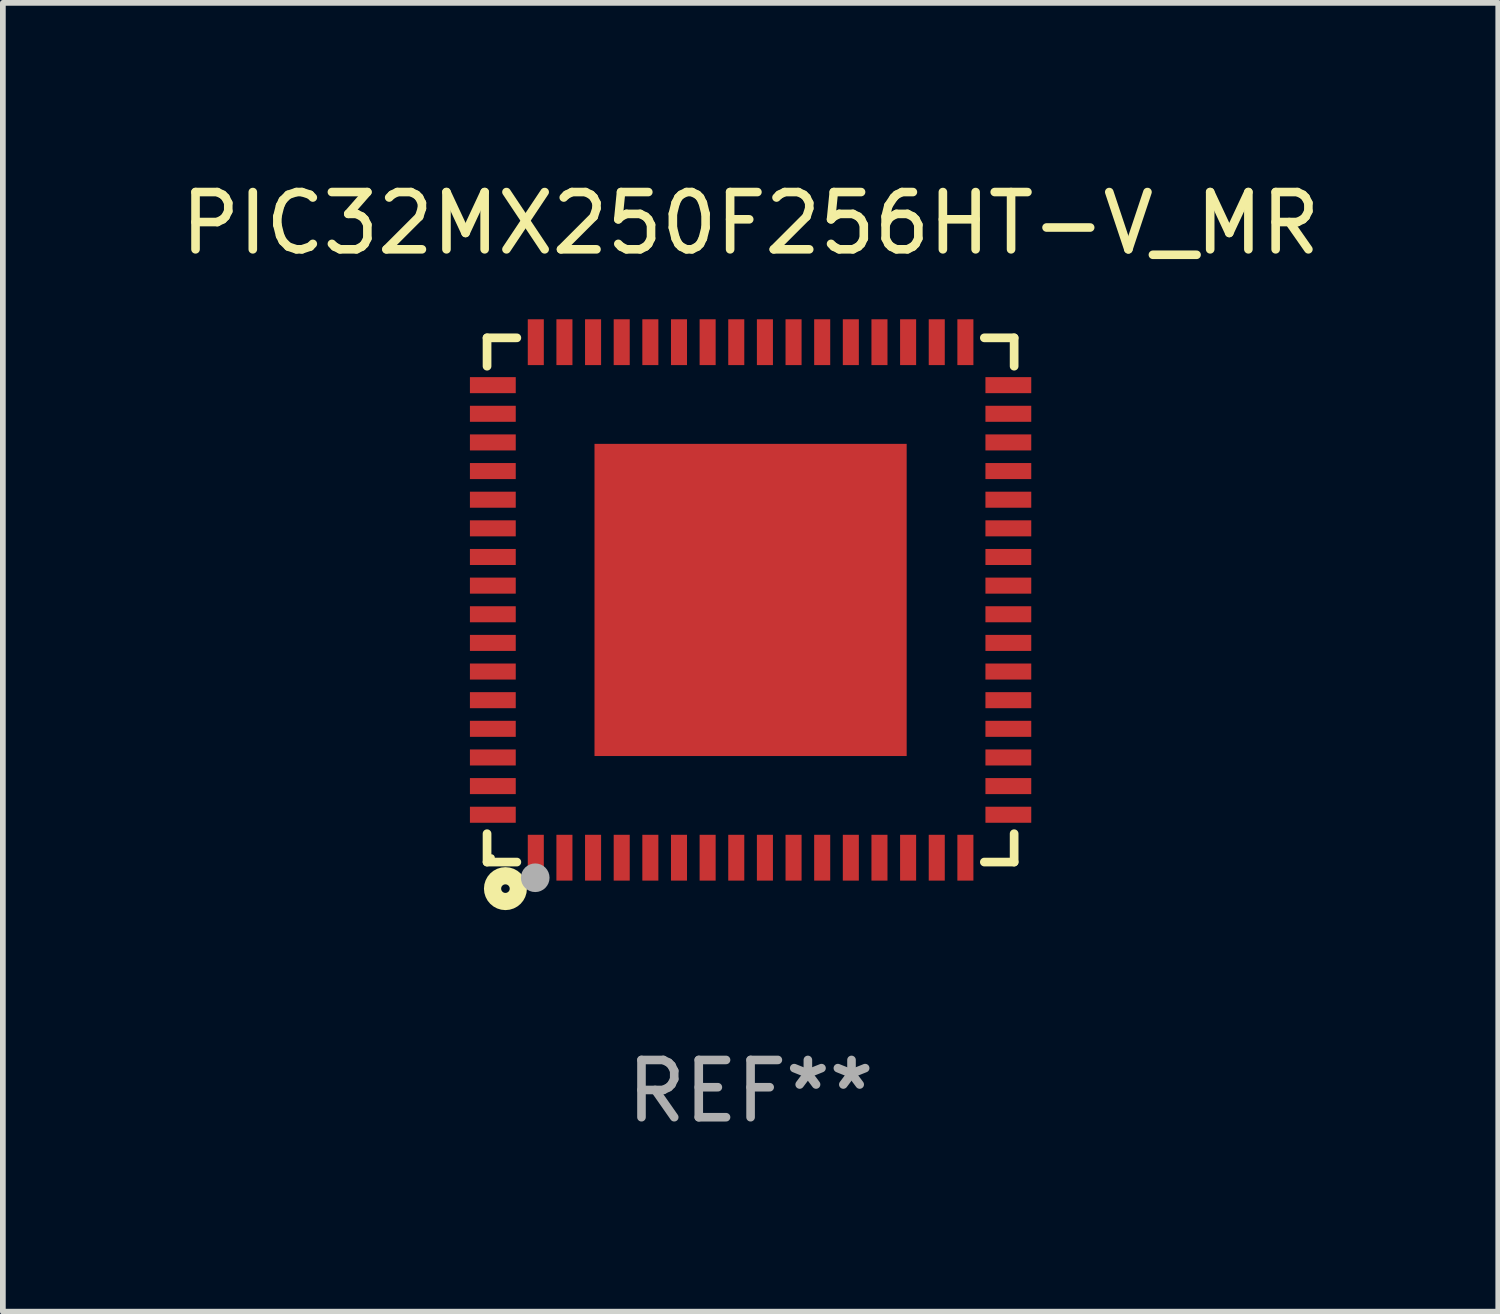
<source format=kicad_pcb>
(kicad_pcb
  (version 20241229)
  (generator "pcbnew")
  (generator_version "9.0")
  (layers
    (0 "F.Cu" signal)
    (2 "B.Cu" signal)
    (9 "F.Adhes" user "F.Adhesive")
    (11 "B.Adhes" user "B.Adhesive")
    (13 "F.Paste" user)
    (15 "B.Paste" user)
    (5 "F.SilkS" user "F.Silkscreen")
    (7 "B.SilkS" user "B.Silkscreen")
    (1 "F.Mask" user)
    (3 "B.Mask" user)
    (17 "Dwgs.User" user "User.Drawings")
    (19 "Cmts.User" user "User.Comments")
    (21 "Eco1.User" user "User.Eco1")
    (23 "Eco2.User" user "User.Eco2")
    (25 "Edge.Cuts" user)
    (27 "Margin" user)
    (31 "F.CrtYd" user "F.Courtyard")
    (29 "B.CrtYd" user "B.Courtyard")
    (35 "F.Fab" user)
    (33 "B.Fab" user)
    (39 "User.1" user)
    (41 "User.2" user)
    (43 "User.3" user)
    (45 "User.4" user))
  (footprint "PIC32MX250F256HT-V_MR"
    (layer "F.Cu")
    (at 10.054 7.424)
    (property "Reference" "PIC32MX250F256HT-V_MR" (at 0 -6.576 0) (layer "F.SilkS") (effects (font (size 1 1) (thickness 0.15))))
    (attr through_hole)
    (fp_line (start -4.601 -4.576) (end -4.081 -4.576) (stroke (width 0.152) (type solid)) (layer "F.SilkS"))
    (fp_line (start -4.601 -4.081) (end -4.601 -4.576) (stroke (width 0.152) (type solid)) (layer "F.SilkS"))
    (fp_line (start -4.601 4.081) (end -4.601 4.576) (stroke (width 0.152) (type solid)) (layer "F.SilkS"))
    (fp_line (start -4.601 4.576) (end -4.081 4.576) (stroke (width 0.152) (type solid)) (layer "F.SilkS"))
    (fp_line (start 4.601 -4.576) (end 4.081 -4.576) (stroke (width 0.152) (type solid)) (layer "F.SilkS"))
    (fp_line (start 4.601 -4.081) (end 4.601 -4.576) (stroke (width 0.152) (type solid)) (layer "F.SilkS"))
    (fp_line (start 4.601 4.081) (end 4.601 4.576) (stroke (width 0.152) (type solid)) (layer "F.SilkS"))
    (fp_line (start 4.601 4.576) (end 4.081 4.576) (stroke (width 0.152) (type solid)) (layer "F.SilkS"))
    (fp_circle (center -4.525 4.5) (end -4.495 4.5) (stroke (width 0.06) (type solid)) (fill no) (layer "F.SilkS"))
    (fp_circle (center -4.28 5.04) (end -4.205 5.04) (stroke (width 0.3) (type solid)) (fill no) (layer "F.SilkS"))
    (fp_circle (center -3.76 4.85) (end -3.635 4.85) (stroke (width 0.25) (type solid)) (fill no) (layer "F.Fab"))
    (fp_text user "REF**" (at 0 8.576 0) (layer "F.Fab") (effects (font (size 1 1) (thickness 0.15))))
    (pad "1" smd rect (at -3.75 4.5) (size 0.28 0.8) (layers "F.Cu" "F.Mask" "F.Paste"))
    (pad "2" smd rect (at -3.25 4.5) (size 0.28 0.8) (layers "F.Cu" "F.Mask" "F.Paste"))
    (pad "3" smd rect (at -2.75 4.5) (size 0.28 0.8) (layers "F.Cu" "F.Mask" "F.Paste"))
    (pad "4" smd rect (at -2.25 4.5) (size 0.28 0.8) (layers "F.Cu" "F.Mask" "F.Paste"))
    (pad "5" smd rect (at -1.75 4.5) (size 0.28 0.8) (layers "F.Cu" "F.Mask" "F.Paste"))
    (pad "6" smd rect (at -1.25 4.5) (size 0.28 0.8) (layers "F.Cu" "F.Mask" "F.Paste"))
    (pad "7" smd rect (at -0.75 4.5) (size 0.28 0.8) (layers "F.Cu" "F.Mask" "F.Paste"))
    (pad "8" smd rect (at -0.25 4.5) (size 0.28 0.8) (layers "F.Cu" "F.Mask" "F.Paste"))
    (pad "9" smd rect (at 0.25 4.5) (size 0.28 0.8) (layers "F.Cu" "F.Mask" "F.Paste"))
    (pad "10" smd rect (at 0.75 4.5) (size 0.28 0.8) (layers "F.Cu" "F.Mask" "F.Paste"))
    (pad "11" smd rect (at 1.25 4.5) (size 0.28 0.8) (layers "F.Cu" "F.Mask" "F.Paste"))
    (pad "12" smd rect (at 1.75 4.5) (size 0.28 0.8) (layers "F.Cu" "F.Mask" "F.Paste"))
    (pad "13" smd rect (at 2.25 4.5) (size 0.28 0.8) (layers "F.Cu" "F.Mask" "F.Paste"))
    (pad "14" smd rect (at 2.75 4.5) (size 0.28 0.8) (layers "F.Cu" "F.Mask" "F.Paste"))
    (pad "15" smd rect (at 3.25 4.5) (size 0.28 0.8) (layers "F.Cu" "F.Mask" "F.Paste"))
    (pad "16" smd rect (at 3.75 4.5) (size 0.28 0.8) (layers "F.Cu" "F.Mask" "F.Paste"))
    (pad "17" smd rect (at 4.5 3.75) (size 0.8 0.28) (layers "F.Cu" "F.Mask" "F.Paste"))
    (pad "18" smd rect (at 4.5 3.25) (size 0.8 0.28) (layers "F.Cu" "F.Mask" "F.Paste"))
    (pad "19" smd rect (at 4.5 2.75) (size 0.8 0.28) (layers "F.Cu" "F.Mask" "F.Paste"))
    (pad "20" smd rect (at 4.5 2.25) (size 0.8 0.28) (layers "F.Cu" "F.Mask" "F.Paste"))
    (pad "21" smd rect (at 4.5 1.75) (size 0.8 0.28) (layers "F.Cu" "F.Mask" "F.Paste"))
    (pad "22" smd rect (at 4.5 1.25) (size 0.8 0.28) (layers "F.Cu" "F.Mask" "F.Paste"))
    (pad "23" smd rect (at 4.5 0.75) (size 0.8 0.28) (layers "F.Cu" "F.Mask" "F.Paste"))
    (pad "24" smd rect (at 4.5 0.25) (size 0.8 0.28) (layers "F.Cu" "F.Mask" "F.Paste"))
    (pad "25" smd rect (at 4.5 -0.25) (size 0.8 0.28) (layers "F.Cu" "F.Mask" "F.Paste"))
    (pad "26" smd rect (at 4.5 -0.75) (size 0.8 0.28) (layers "F.Cu" "F.Mask" "F.Paste"))
    (pad "27" smd rect (at 4.5 -1.25) (size 0.8 0.28) (layers "F.Cu" "F.Mask" "F.Paste"))
    (pad "28" smd rect (at 4.5 -1.75) (size 0.8 0.28) (layers "F.Cu" "F.Mask" "F.Paste"))
    (pad "29" smd rect (at 4.5 -2.25) (size 0.8 0.28) (layers "F.Cu" "F.Mask" "F.Paste"))
    (pad "30" smd rect (at 4.5 -2.75) (size 0.8 0.28) (layers "F.Cu" "F.Mask" "F.Paste"))
    (pad "31" smd rect (at 4.5 -3.25) (size 0.8 0.28) (layers "F.Cu" "F.Mask" "F.Paste"))
    (pad "32" smd rect (at 4.5 -3.75) (size 0.8 0.28) (layers "F.Cu" "F.Mask" "F.Paste"))
    (pad "33" smd rect (at 3.75 -4.5) (size 0.28 0.8) (layers "F.Cu" "F.Mask" "F.Paste"))
    (pad "34" smd rect (at 3.25 -4.5) (size 0.28 0.8) (layers "F.Cu" "F.Mask" "F.Paste"))
    (pad "35" smd rect (at 2.75 -4.5) (size 0.28 0.8) (layers "F.Cu" "F.Mask" "F.Paste"))
    (pad "36" smd rect (at 2.25 -4.5) (size 0.28 0.8) (layers "F.Cu" "F.Mask" "F.Paste"))
    (pad "37" smd rect (at 1.75 -4.5) (size 0.28 0.8) (layers "F.Cu" "F.Mask" "F.Paste"))
    (pad "38" smd rect (at 1.25 -4.5) (size 0.28 0.8) (layers "F.Cu" "F.Mask" "F.Paste"))
    (pad "39" smd rect (at 0.75 -4.5) (size 0.28 0.8) (layers "F.Cu" "F.Mask" "F.Paste"))
    (pad "40" smd rect (at 0.25 -4.5) (size 0.28 0.8) (layers "F.Cu" "F.Mask" "F.Paste"))
    (pad "41" smd rect (at -0.25 -4.5) (size 0.28 0.8) (layers "F.Cu" "F.Mask" "F.Paste"))
    (pad "42" smd rect (at -0.75 -4.5) (size 0.28 0.8) (layers "F.Cu" "F.Mask" "F.Paste"))
    (pad "43" smd rect (at -1.25 -4.5) (size 0.28 0.8) (layers "F.Cu" "F.Mask" "F.Paste"))
    (pad "44" smd rect (at -1.75 -4.5) (size 0.28 0.8) (layers "F.Cu" "F.Mask" "F.Paste"))
    (pad "45" smd rect (at -2.25 -4.5) (size 0.28 0.8) (layers "F.Cu" "F.Mask" "F.Paste"))
    (pad "46" smd rect (at -2.75 -4.5) (size 0.28 0.8) (layers "F.Cu" "F.Mask" "F.Paste"))
    (pad "47" smd rect (at -3.25 -4.5) (size 0.28 0.8) (layers "F.Cu" "F.Mask" "F.Paste"))
    (pad "48" smd rect (at -3.75 -4.5) (size 0.28 0.8) (layers "F.Cu" "F.Mask" "F.Paste"))
    (pad "49" smd rect (at -4.5 -3.75) (size 0.8 0.28) (layers "F.Cu" "F.Mask" "F.Paste"))
    (pad "50" smd rect (at -4.5 -3.25) (size 0.8 0.28) (layers "F.Cu" "F.Mask" "F.Paste"))
    (pad "51" smd rect (at -4.5 -2.75) (size 0.8 0.28) (layers "F.Cu" "F.Mask" "F.Paste"))
    (pad "52" smd rect (at -4.5 -2.25) (size 0.8 0.28) (layers "F.Cu" "F.Mask" "F.Paste"))
    (pad "53" smd rect (at -4.5 -1.75) (size 0.8 0.28) (layers "F.Cu" "F.Mask" "F.Paste"))
    (pad "54" smd rect (at -4.5 -1.25) (size 0.8 0.28) (layers "F.Cu" "F.Mask" "F.Paste"))
    (pad "55" smd rect (at -4.5 -0.75) (size 0.8 0.28) (layers "F.Cu" "F.Mask" "F.Paste"))
    (pad "56" smd rect (at -4.5 -0.25) (size 0.8 0.28) (layers "F.Cu" "F.Mask" "F.Paste"))
    (pad "57" smd rect (at -4.5 0.25) (size 0.8 0.28) (layers "F.Cu" "F.Mask" "F.Paste"))
    (pad "58" smd rect (at -4.5 0.75) (size 0.8 0.28) (layers "F.Cu" "F.Mask" "F.Paste"))
    (pad "59" smd rect (at -4.5 1.25) (size 0.8 0.28) (layers "F.Cu" "F.Mask" "F.Paste"))
    (pad "60" smd rect (at -4.5 1.75) (size 0.8 0.28) (layers "F.Cu" "F.Mask" "F.Paste"))
    (pad "61" smd rect (at -4.5 2.25) (size 0.8 0.28) (layers "F.Cu" "F.Mask" "F.Paste"))
    (pad "62" smd rect (at -4.5 2.75) (size 0.8 0.28) (layers "F.Cu" "F.Mask" "F.Paste"))
    (pad "63" smd rect (at -4.5 3.25) (size 0.8 0.28) (layers "F.Cu" "F.Mask" "F.Paste"))
    (pad "64" smd rect (at -4.5 3.75) (size 0.8 0.28) (layers "F.Cu" "F.Mask" "F.Paste"))
    (pad "65" smd rect (at 0 0) (size 5.45 5.45) (layers "F.Cu" "F.Mask" "F.Paste")))
  (gr_rect
    (start -3 -3)
    (end 23.107 19.849)
    (stroke (width 0.1) (type default))
    (fill no)
    (layer "Edge.Cuts")))
</source>
